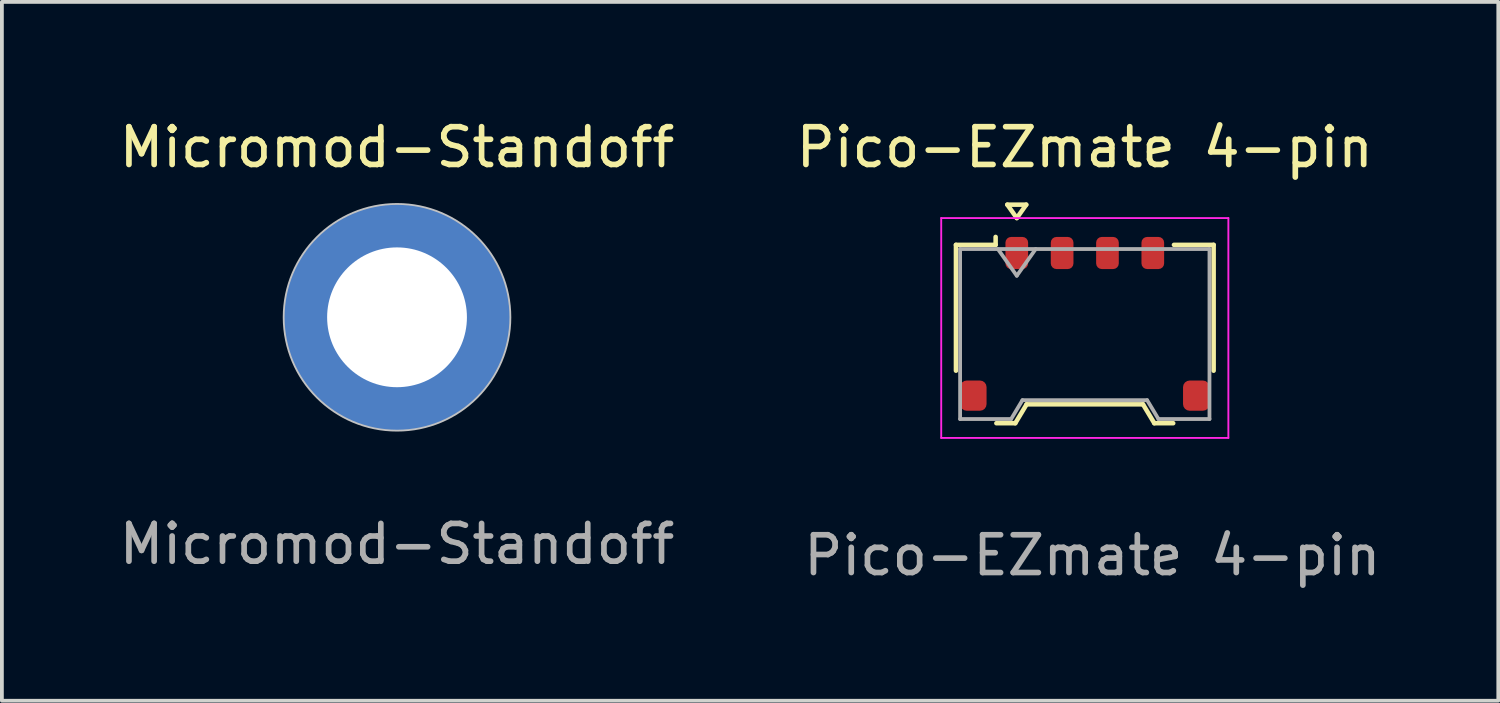
<source format=kicad_pcb>
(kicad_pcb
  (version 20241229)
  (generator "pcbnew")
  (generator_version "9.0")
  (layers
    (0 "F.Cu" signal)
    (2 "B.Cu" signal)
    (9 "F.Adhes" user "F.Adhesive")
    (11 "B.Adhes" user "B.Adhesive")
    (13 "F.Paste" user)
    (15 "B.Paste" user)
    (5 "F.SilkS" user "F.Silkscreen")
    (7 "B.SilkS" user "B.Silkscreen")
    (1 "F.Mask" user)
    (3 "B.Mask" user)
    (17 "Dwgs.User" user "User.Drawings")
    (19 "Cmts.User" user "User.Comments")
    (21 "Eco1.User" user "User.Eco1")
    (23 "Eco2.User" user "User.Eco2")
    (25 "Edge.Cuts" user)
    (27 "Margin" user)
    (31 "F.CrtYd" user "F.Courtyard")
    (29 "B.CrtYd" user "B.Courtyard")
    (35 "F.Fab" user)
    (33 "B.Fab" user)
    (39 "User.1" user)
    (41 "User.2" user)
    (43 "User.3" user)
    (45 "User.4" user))
  (footprint "Pico-EZmate 4-pin"
    (layer "F.Cu")
    (at 25.761 5.448)
    (property "Reference" "Pico-EZmate 4-pin" (at -0.1 -4.6 0) (unlocked yes) (layer "F.SilkS") (effects (font (size 1 1) (thickness 0.15))))
    (attr smd)
    (fp_line (start -3.51 -2.017) (end -2.46 -2.017) (stroke (width 0.12) (type solid)) (layer "F.SilkS"))
    (fp_line (start -3.51 1.313) (end -3.51 -2.017) (stroke (width 0.12) (type solid)) (layer "F.SilkS"))
    (fp_line (start -2.46 -2.017) (end -2.46 -2.227) (stroke (width 0.12) (type solid)) (layer "F.SilkS"))
    (fp_line (start -2.44 2.703) (end -1.94 2.703) (stroke (width 0.12) (type solid)) (layer "F.SilkS"))
    (fp_line (start -2.15 -3.081) (end -1.9 -2.727) (stroke (width 0.12) (type solid)) (layer "F.SilkS"))
    (fp_line (start -1.94 2.703) (end -1.64 2.203) (stroke (width 0.12) (type solid)) (layer "F.SilkS"))
    (fp_line (start -1.9 -2.727) (end -1.65 -3.081) (stroke (width 0.12) (type solid)) (layer "F.SilkS"))
    (fp_line (start -1.65 -3.081) (end -2.15 -3.081) (stroke (width 0.12) (type solid)) (layer "F.SilkS"))
    (fp_line (start -1.64 2.203) (end 1.44 2.203) (stroke (width 0.12) (type solid)) (layer "F.SilkS"))
    (fp_line (start 1.44 2.203) (end 1.74 2.703) (stroke (width 0.12) (type solid)) (layer "F.SilkS"))
    (fp_line (start 1.74 2.703) (end 2.24 2.703) (stroke (width 0.12) (type solid)) (layer "F.SilkS"))
    (fp_line (start 3.31 -2.017) (end 2.26 -2.017) (stroke (width 0.12) (type solid)) (layer "F.SilkS"))
    (fp_line (start 3.31 1.313) (end 3.31 -2.017) (stroke (width 0.12) (type solid)) (layer "F.SilkS"))
    (fp_line (start -3.9 -2.727) (end -3.9 3.093) (stroke (width 0.05) (type solid)) (layer "F.CrtYd"))
    (fp_line (start -3.9 3.093) (end 3.7 3.093) (stroke (width 0.05) (type solid)) (layer "F.CrtYd"))
    (fp_line (start 3.7 -2.727) (end -3.9 -2.727) (stroke (width 0.05) (type solid)) (layer "F.CrtYd"))
    (fp_line (start 3.7 3.093) (end 3.7 -2.727) (stroke (width 0.05) (type solid)) (layer "F.CrtYd"))
    (fp_line (start -3.4 -1.907) (end -3.4 2.593) (stroke (width 0.1) (type solid)) (layer "F.Fab"))
    (fp_line (start -3.4 -1.907) (end 3.2 -1.907) (stroke (width 0.1) (type solid)) (layer "F.Fab"))
    (fp_line (start -3.4 2.593) (end -2.05 2.593) (stroke (width 0.1) (type solid)) (layer "F.Fab"))
    (fp_line (start -2.4 -1.907) (end -1.9 -1.2) (stroke (width 0.1) (type solid)) (layer "F.Fab"))
    (fp_line (start -2.05 2.593) (end -1.75 2.093) (stroke (width 0.1) (type solid)) (layer "F.Fab"))
    (fp_line (start -1.9 -1.2) (end -1.4 -1.907) (stroke (width 0.1) (type solid)) (layer "F.Fab"))
    (fp_line (start -1.75 2.093) (end 1.55 2.093) (stroke (width 0.1) (type solid)) (layer "F.Fab"))
    (fp_line (start 1.55 2.093) (end 1.85 2.593) (stroke (width 0.1) (type solid)) (layer "F.Fab"))
    (fp_line (start 1.85 2.593) (end 3.2 2.593) (stroke (width 0.1) (type solid)) (layer "F.Fab"))
    (fp_line (start 3.2 -1.907) (end 3.2 2.593) (stroke (width 0.1) (type solid)) (layer "F.Fab"))
    (fp_text user "${REFERENCE}" (at 0.1 6.2 0) (unlocked yes) (layer "F.Fab") (effects (font (size 1 1) (thickness 0.15))))
    (pad "1" smd roundrect (at -1.9 -1.802) (size 0.6 0.85) (layers "F.Cu" "F.Mask" "F.Paste") (roundrect_rratio 0.25))
    (pad "2" smd roundrect (at -0.7 -1.802) (size 0.6 0.85) (layers "F.Cu" "F.Mask" "F.Paste") (roundrect_rratio 0.25))
    (pad "3" smd roundrect (at 0.5 -1.802) (size 0.6 0.85) (layers "F.Cu" "F.Mask" "F.Paste") (roundrect_rratio 0.25))
    (pad "4" smd roundrect (at 1.7 -1.802) (size 0.6 0.85) (layers "F.Cu" "F.Mask" "F.Paste") (roundrect_rratio 0.25))
    (pad "MP" smd roundrect (at -3.05 1.973) (size 0.7 0.8) (layers "F.Cu" "F.Mask" "F.Paste") (roundrect_rratio 0.25))
    (pad "MP" smd roundrect (at 2.85 1.973) (size 0.7 0.8) (layers "F.Cu" "F.Mask" "F.Paste") (roundrect_rratio 0.25)))
  (footprint "Micromod-Standoff"
    (layer "F.Cu")
    (at 7.458 8.548)
    (property "Reference" "Micromod-Standoff" (at 0 -7.7 0) (unlocked yes) (layer "F.SilkS") (effects (font (size 1 1) (thickness 0.15))))
    (attr smd)
    (fp_circle (center 0 -3.2) (end 0 -6.2) (stroke (width 0.048) (type solid)) (fill no) (layer "Dwgs.User"))
    (fp_text user "${REFERENCE}" (at 0 2.8 0) (unlocked yes) (layer "F.Fab") (effects (font (size 1 1) (thickness 0.15))))
    (pad "1" thru_hole circle (at 0 -3.2) (size 6 6) (drill 3.7) (layers "*.Cu" "*.Mask")))
  (gr_rect
    (start -3 -3)
    (end 36.605 15.496)
    (stroke (width 0.1) (type default))
    (fill no)
    (layer "Edge.Cuts")))
</source>
